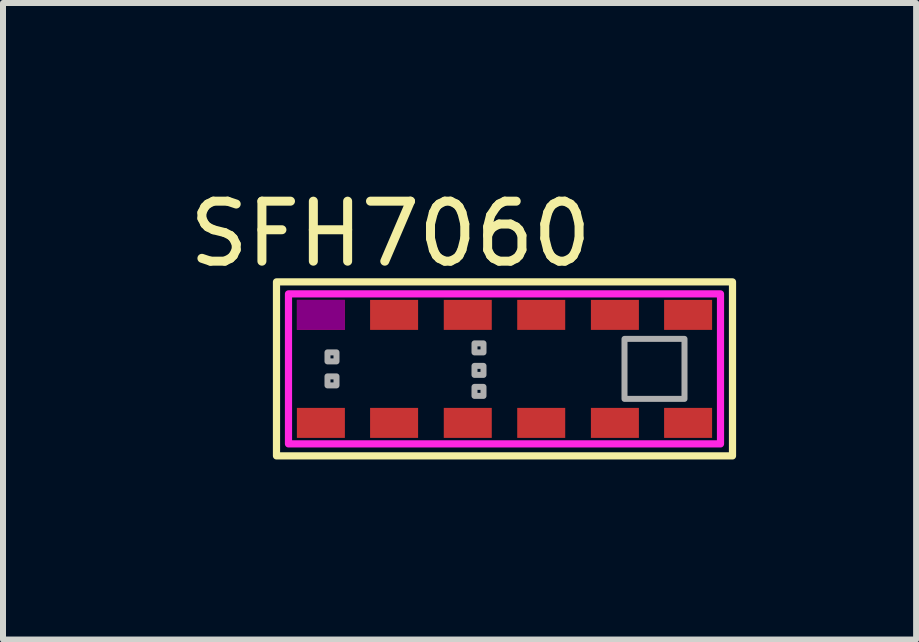
<source format=kicad_pcb>
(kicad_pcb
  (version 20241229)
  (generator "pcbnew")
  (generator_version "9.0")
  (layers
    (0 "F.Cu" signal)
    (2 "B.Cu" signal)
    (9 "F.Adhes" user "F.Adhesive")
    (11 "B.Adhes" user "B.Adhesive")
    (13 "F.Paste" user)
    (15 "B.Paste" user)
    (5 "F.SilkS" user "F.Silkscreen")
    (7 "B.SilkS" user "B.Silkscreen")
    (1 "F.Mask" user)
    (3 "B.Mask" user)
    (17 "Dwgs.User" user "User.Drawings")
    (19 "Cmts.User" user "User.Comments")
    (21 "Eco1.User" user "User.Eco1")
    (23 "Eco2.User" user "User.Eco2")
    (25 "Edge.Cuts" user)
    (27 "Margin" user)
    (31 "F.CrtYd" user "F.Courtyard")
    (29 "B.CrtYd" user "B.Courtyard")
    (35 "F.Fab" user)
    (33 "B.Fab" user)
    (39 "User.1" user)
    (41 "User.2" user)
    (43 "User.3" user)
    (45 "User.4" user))
  (footprint "SFH7060"
    (layer "F.Cu")
    (at 5.358 3.098)
    (property "Reference" "SFH7060" (at -1.9 -2.25 0) (unlocked yes) (layer "F.SilkS") (effects (font (size 1 1) (thickness 0.15))))
    (attr smd)
    (fp_rect (start -3.8 -1.45) (end 3.8 1.45) (stroke (width 0.12) (type solid)) (fill no) (layer "F.SilkS"))
    (fp_rect (start -3.6 -1.25) (end 3.6 1.25) (stroke (width 0.12) (type solid)) (fill no) (layer "F.CrtYd"))
    (fp_rect (start -2.95 -0.275) (end -2.8 -0.125) (stroke (width 0.1) (type solid)) (fill no) (layer "F.Fab"))
    (fp_rect (start -2.95 0.125) (end -2.8 0.275) (stroke (width 0.1) (type solid)) (fill no) (layer "F.Fab"))
    (fp_rect (start -0.5 -0.425) (end -0.35 -0.275) (stroke (width 0.1) (type solid)) (fill no) (layer "F.Fab"))
    (fp_rect (start -0.5 -0.05) (end -0.35 0.1) (stroke (width 0.1) (type solid)) (fill no) (layer "F.Fab"))
    (fp_rect (start -0.5 0.3) (end -0.35 0.45) (stroke (width 0.1) (type solid)) (fill no) (layer "F.Fab"))
    (fp_rect (start 2 -0.5) (end 3 0.5) (stroke (width 0.1) (type solid)) (fill no) (layer "F.Fab"))
    (pad "G1A" smd rect (at 0.612 0.9) (size 0.8 0.5) (layers "F.Cu" "F.Mask" "F.Paste"))
    (pad "G1C" smd rect (at -0.612 0.9) (size 0.8 0.5) (layers "F.Cu" "F.Mask" "F.Paste"))
    (pad "G2A" smd rect (at 1.84 0.9) (size 0.8 0.5) (layers "F.Cu" "F.Mask" "F.Paste"))
    (pad "G2C" smd rect (at 1.84 -0.9) (size 0.8 0.5) (layers "F.Cu" "F.Mask" "F.Paste"))
    (pad "G3A" smd rect (at 0.612 -0.9) (size 0.8 0.5) (layers "F.Cu" "F.Mask" "F.Paste"))
    (pad "G3C" smd rect (at -0.612 -0.9) (size 0.8 0.5) (layers "F.Cu" "F.Mask" "F.Paste"))
    (pad "IA" smd rect (at -3.06 -0.9) (size 0.8 0.5) (layers "F.Cu" "F.Mask" "F.Adhes" "F.Paste"))
    (pad "IC" smd rect (at -1.84 -0.9) (size 0.8 0.5) (layers "F.Cu" "F.Mask" "F.Paste"))
    (pad "PA" smd rect (at 3.06 0.9) (size 0.8 0.5) (layers "F.Cu" "F.Mask" "F.Paste"))
    (pad "PC" smd rect (at 3.06 -0.9) (size 0.8 0.5) (layers "F.Cu" "F.Mask" "F.Paste"))
    (pad "RA" smd rect (at -3.06 0.9) (size 0.8 0.5) (layers "F.Cu" "F.Mask" "F.Paste"))
    (pad "RC" smd rect (at -1.84 0.9) (size 0.8 0.5) (layers "F.Cu" "F.Mask" "F.Paste")))
  (gr_rect
    (start -3 -3)
    (end 12.218 7.608)
    (stroke (width 0.1) (type default))
    (fill no)
    (layer "Edge.Cuts")))
</source>
